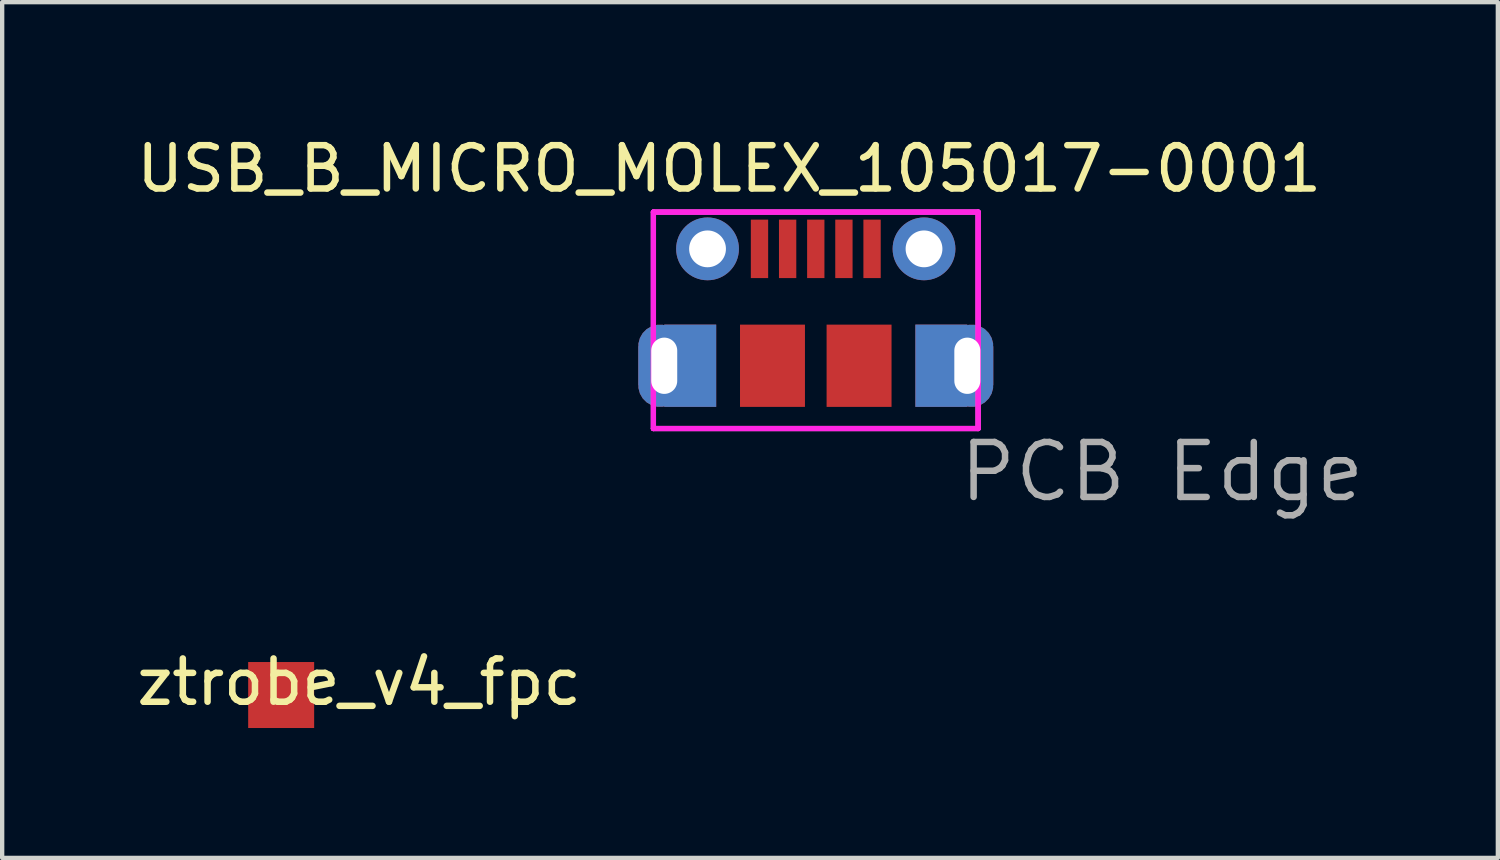
<source format=kicad_pcb>
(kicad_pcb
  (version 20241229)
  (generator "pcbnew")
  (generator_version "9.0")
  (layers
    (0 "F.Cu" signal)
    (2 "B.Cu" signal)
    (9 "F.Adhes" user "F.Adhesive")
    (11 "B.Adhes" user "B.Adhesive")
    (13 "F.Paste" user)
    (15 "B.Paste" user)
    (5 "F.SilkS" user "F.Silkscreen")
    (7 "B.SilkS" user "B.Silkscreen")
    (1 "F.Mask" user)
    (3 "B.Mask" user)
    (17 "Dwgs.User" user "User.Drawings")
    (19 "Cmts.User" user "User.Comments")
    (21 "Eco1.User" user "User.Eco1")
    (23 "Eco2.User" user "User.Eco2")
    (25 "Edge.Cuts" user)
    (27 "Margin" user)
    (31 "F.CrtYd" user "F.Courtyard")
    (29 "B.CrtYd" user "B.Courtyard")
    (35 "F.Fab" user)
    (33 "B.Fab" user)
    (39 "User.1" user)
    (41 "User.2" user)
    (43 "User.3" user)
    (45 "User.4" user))
  (footprint "USB_B_MICRO_MOLEX_105017-0001"
    (layer "F.Cu")
    (at 14.492 2.698)
    (property "Reference" "USB_B_MICRO_MOLEX_105017-0001" (at -0.7 -1.85 0) (layer "F.SilkS") (effects (font (size 1 1) (thickness 0.15))))
    (attr through_hole)
    (fp_line (start -2.45 -0.85) (end -2.45 4.15) (stroke (width 0.12) (type solid)) (layer "F.CrtYd"))
    (fp_line (start -2.45 -0.85) (end -2.45 4.15) (stroke (width 0.12) (type solid)) (layer "F.CrtYd"))
    (fp_line (start -2.45 4.15) (end 5.05 4.15) (stroke (width 0.12) (type solid)) (layer "F.CrtYd"))
    (fp_line (start -2.45 4.15) (end 5.05 4.15) (stroke (width 0.12) (type solid)) (layer "F.CrtYd"))
    (fp_line (start 5.05 -0.85) (end -2.45 -0.85) (stroke (width 0.12) (type solid)) (layer "F.CrtYd"))
    (fp_line (start 5.05 -0.85) (end -2.45 -0.85) (stroke (width 0.12) (type solid)) (layer "F.CrtYd"))
    (fp_line (start 5.05 4.15) (end 5.05 -0.85) (stroke (width 0.12) (type solid)) (layer "F.CrtYd"))
    (fp_line (start 5.05 4.15) (end 5.05 -0.85) (stroke (width 0.12) (type solid)) (layer "F.CrtYd"))
    (fp_line (start -2.45 -0.85) (end -2.45 4.15) (stroke (width 0.12) (type solid)) (layer "F.Fab"))
    (fp_line (start -2.45 4.15) (end 5.05 4.15) (stroke (width 0.12) (type solid)) (layer "F.Fab"))
    (fp_line (start 5.05 -0.85) (end -2.45 -0.85) (stroke (width 0.12) (type solid)) (layer "F.Fab"))
    (fp_line (start 5.05 4.15) (end 5.05 -0.85) (stroke (width 0.12) (type solid)) (layer "F.Fab"))
    (fp_text user "PCB Edge" (at 9.3 5.15 0) (layer "F.Fab") (effects (font (size 1.27 1.27) (thickness 0.15))))
    (pad "" thru_hole circle (at -1.2 0) (size 1.45 1.45) (drill 0.85) (layers "*.Cu" "*.Mask"))
    (pad "" smd rect (at 0.3 2.7) (size 1.5 1.9) (layers "F.Cu" "F.Mask" "F.Paste"))
    (pad "" smd rect (at 2.3 2.7) (size 1.5 1.9) (layers "F.Cu" "F.Mask" "F.Paste"))
    (pad "" thru_hole circle (at 3.8 0) (size 1.45 1.45) (drill 0.85) (layers "*.Cu" "*.Mask"))
    (pad "" thru_hole custom (at 4.8 2.7 180) (size 0.6 1.6) (drill oval 0.6 1.3) (layers "*.Cu" "*.Mask") (options (anchor rect)) (primitives (gr_circle (center -0.1 0.45) (end 0.4 0.45) (width 0) (fill yes)) (gr_circle (center -0.1 -0.45) (end 0.4 -0.45) (width 0) (fill yes)) (gr_poly (pts (xy -0.6 0.45) (xy -0.6 -0.45) (xy 0 -0.45) (xy 0 0.45)) (width 0) (fill yes)) (gr_poly (pts (xy 0 0.95) (xy 0 -0.95) (xy 1.2 -0.95) (xy 1.2 0.95)) (width 0) (fill yes))))
    (pad "1" smd rect (at 0 0) (size 0.4 1.35) (layers "F.Cu" "F.Mask" "F.Paste"))
    (pad "2" smd rect (at 0.65 0) (size 0.4 1.35) (layers "F.Cu" "F.Mask" "F.Paste"))
    (pad "3" smd rect (at 1.3 0) (size 0.4 1.35) (layers "F.Cu" "F.Mask" "F.Paste"))
    (pad "4" smd rect (at 1.95 0) (size 0.4 1.35) (layers "F.Cu" "F.Mask" "F.Paste"))
    (pad "5" smd rect (at 2.6 0) (size 0.4 1.35) (layers "F.Cu" "F.Mask" "F.Paste"))
    (pad "6" thru_hole custom (at -2.2 2.7) (size 0.6 1.6) (drill oval 0.6 1.3) (layers "*.Cu" "*.Mask") (options (anchor rect)) (primitives (gr_circle (center -0.1 0.45) (end 0.4 0.45) (width 0) (fill yes)) (gr_circle (center -0.1 -0.45) (end 0.4 -0.45) (width 0) (fill yes)) (gr_poly (pts (xy -0.6 0.45) (xy -0.6 -0.45) (xy 0 -0.45) (xy 0 0.45)) (width 0) (fill yes)) (gr_poly (pts (xy 0 0.95) (xy 0 -0.95) (xy 1.2 -0.95) (xy 1.2 0.95)) (width 0) (fill yes)))))
  (footprint "ztrobe_v4_fpc"
    (layer "F.Cu")
    (at 5.244 12.203)
    (property "Reference" "ztrobe_v4_fpc" (at 0 0.5 0) (layer "F.SilkS") (effects (font (size 1 1) (thickness 0.15))))
    (attr through_hole)
    (pad "1" smd rect (at -1.8 0.8) (size 1.524 1.524) (layers "F.Cu" "F.Mask" "F.Paste")))
  (gr_rect
    (start -3 -3)
    (end 31.546 16.765)
    (stroke (width 0.1) (type default))
    (fill no)
    (layer "Edge.Cuts")))
</source>
